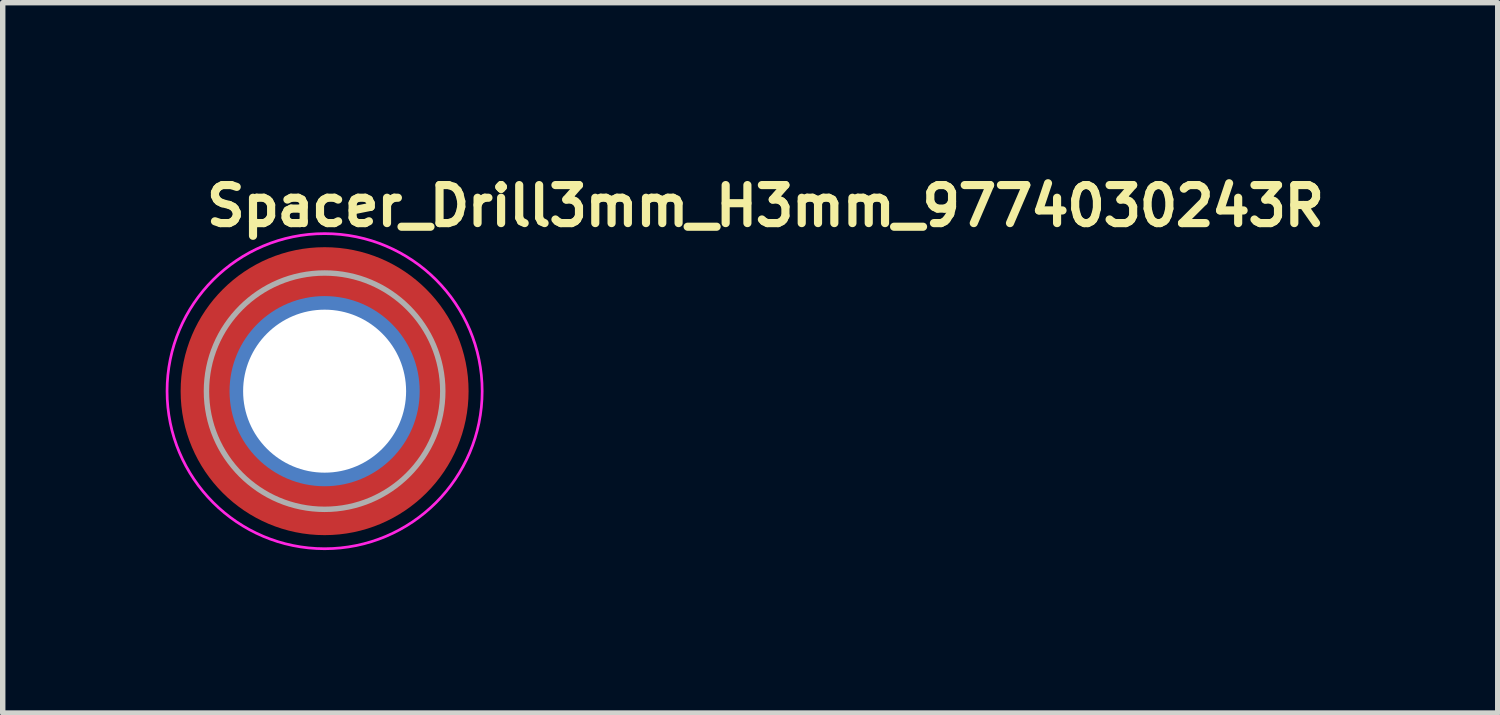
<source format=kicad_pcb>
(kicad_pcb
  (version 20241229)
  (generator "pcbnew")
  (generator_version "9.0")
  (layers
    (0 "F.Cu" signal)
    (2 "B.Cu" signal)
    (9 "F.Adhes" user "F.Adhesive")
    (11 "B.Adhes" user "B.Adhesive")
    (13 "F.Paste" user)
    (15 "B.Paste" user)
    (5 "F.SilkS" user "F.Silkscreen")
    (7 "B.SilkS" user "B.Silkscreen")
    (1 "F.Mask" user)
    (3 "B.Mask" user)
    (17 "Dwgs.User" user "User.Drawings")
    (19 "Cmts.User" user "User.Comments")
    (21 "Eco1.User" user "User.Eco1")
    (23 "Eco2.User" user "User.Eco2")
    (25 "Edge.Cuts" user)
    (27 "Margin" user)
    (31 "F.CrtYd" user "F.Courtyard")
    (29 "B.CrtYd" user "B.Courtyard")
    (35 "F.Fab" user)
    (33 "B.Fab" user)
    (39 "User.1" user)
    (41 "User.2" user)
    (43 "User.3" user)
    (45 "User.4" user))
  (footprint "Spacer_Drill3mm_H3mm_9774030243R"
    (layer "F.Cu")
    (at 2.925 4.15)
    (property "Reference" "Spacer_Drill3mm_H3mm_9774030243R" (at -2.25 -3 0) (layer "F.SilkS") (effects (font (size 0.7 0.7) (thickness 0.15)) (justify left bottom)))
    (attr through_hole)
    (fp_arc (start -1.999999 -0.8) (mid -1.433703 -1.607635) (end -0.566772 -2.078164) (stroke (width 0.65) (type solid)) (layer "F.Paste"))
    (fp_arc (start -0.8 1.999999) (mid -1.607635 1.433703) (end -2.078164 0.566772) (stroke (width 0.65) (type solid)) (layer "F.Paste"))
    (fp_arc (start 0.8 -1.999999) (mid 1.607635 -1.433703) (end 2.078164 -0.566772) (stroke (width 0.65) (type solid)) (layer "F.Paste"))
    (fp_arc (start 1.999999 0.8) (mid 1.433703 1.607635) (end 0.566772 2.078164) (stroke (width 0.65) (type solid)) (layer "F.Paste"))
    (fp_circle (center 0 0) (end 2.9 0) (stroke (width 0.05) (type solid)) (fill no) (layer "F.CrtYd"))
    (fp_circle (center 0 0) (end 2.175 0) (stroke (width 0.1) (type solid)) (fill no) (layer "F.Fab"))
    (fp_circle (center 0 0) (end 2.25 0) (stroke (width 0.12) (type solid)) (fill no) (layer "User.5"))
    (pad "1" thru_hole circle (at 0 0) (size 3.5 3.5) (drill 3) (layers "*.Cu" "*.Mask"))
    (pad "1" smd circle (at 0 0) (size 5.3 5.3) (layers "F.Cu" "F.Mask")))
  (gr_rect
    (start -3 -3)
    (end 24.518 10.075)
    (stroke (width 0.1) (type default))
    (fill no)
    (layer "Edge.Cuts")))
</source>
